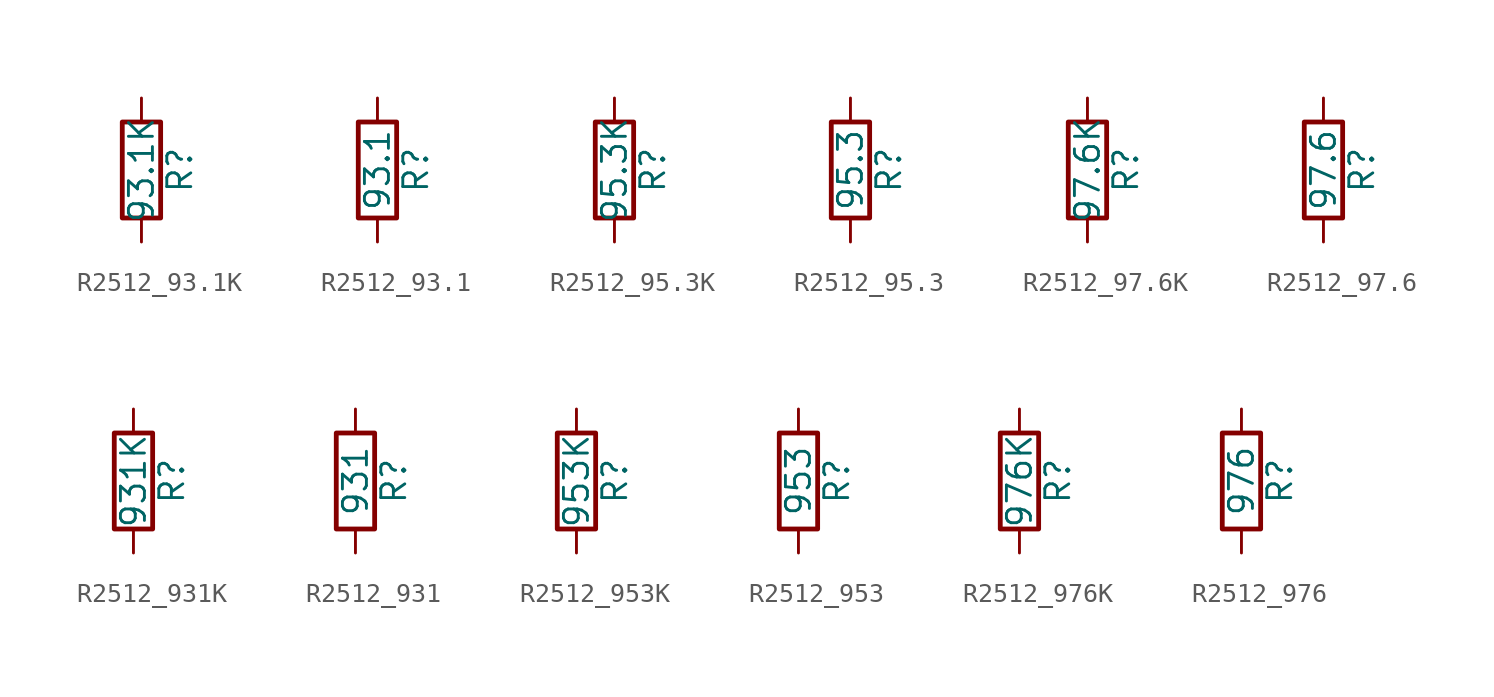
<source format=kicad_sym>
(kicad_symbol_lib
  (version 20211014)
  (generator atlantix-eda)
  (symbol "R2512_93.1K"
    (pin_numbers hide)
    (pin_names
      (offset 0))
    (property "Reference" "R"
      (at 2.032 0 90)
      (effects (font (size 1.27 1.27))))
    (property "Value" "93.1K"
      (at 0 0 90)
      (effects (font (size 1.27 1.27))))
    (symbol "R2512_93.1K_0_1"
      (rectangle (start -1.016 -2.54) (end 1.016 2.54) (stroke (width 0.254) (type default) (color 0 0 0 0)) (fill (type none))))
    (symbol "R2512_93.1K_1_1"
      (pin passive line (at 0 3.81 270) (length 1.27) (name "~" (effects (font (size 1.27 1.27)))) (number "1" (effects (font (size 1.27 1.27)))))
      (pin passive line (at 0 -3.81 90) (length 1.27) (name "~" (effects (font (size 1.27 1.27)))) (number "2" (effects (font (size 1.27 1.27)))))))
  (symbol "R2512_93.1"
    (pin_numbers hide)
    (pin_names
      (offset 0))
    (property "Reference" "R"
      (at 2.032 0 90)
      (effects (font (size 1.27 1.27))))
    (property "Value" "93.1"
      (at 0 0 90)
      (effects (font (size 1.27 1.27))))
    (symbol "R2512_93.1_0_1"
      (rectangle (start -1.016 -2.54) (end 1.016 2.54) (stroke (width 0.254) (type default) (color 0 0 0 0)) (fill (type none))))
    (symbol "R2512_93.1_1_1"
      (pin passive line (at 0 3.81 270) (length 1.27) (name "~" (effects (font (size 1.27 1.27)))) (number "1" (effects (font (size 1.27 1.27)))))
      (pin passive line (at 0 -3.81 90) (length 1.27) (name "~" (effects (font (size 1.27 1.27)))) (number "2" (effects (font (size 1.27 1.27)))))))
  (symbol "R2512_95.3K"
    (pin_numbers hide)
    (pin_names
      (offset 0))
    (property "Reference" "R"
      (at 2.032 0 90)
      (effects (font (size 1.27 1.27))))
    (property "Value" "95.3K"
      (at 0 0 90)
      (effects (font (size 1.27 1.27))))
    (symbol "R2512_95.3K_0_1"
      (rectangle (start -1.016 -2.54) (end 1.016 2.54) (stroke (width 0.254) (type default) (color 0 0 0 0)) (fill (type none))))
    (symbol "R2512_95.3K_1_1"
      (pin passive line (at 0 3.81 270) (length 1.27) (name "~" (effects (font (size 1.27 1.27)))) (number "1" (effects (font (size 1.27 1.27)))))
      (pin passive line (at 0 -3.81 90) (length 1.27) (name "~" (effects (font (size 1.27 1.27)))) (number "2" (effects (font (size 1.27 1.27)))))))
  (symbol "R2512_95.3"
    (pin_numbers hide)
    (pin_names
      (offset 0))
    (property "Reference" "R"
      (at 2.032 0 90)
      (effects (font (size 1.27 1.27))))
    (property "Value" "95.3"
      (at 0 0 90)
      (effects (font (size 1.27 1.27))))
    (symbol "R2512_95.3_0_1"
      (rectangle (start -1.016 -2.54) (end 1.016 2.54) (stroke (width 0.254) (type default) (color 0 0 0 0)) (fill (type none))))
    (symbol "R2512_95.3_1_1"
      (pin passive line (at 0 3.81 270) (length 1.27) (name "~" (effects (font (size 1.27 1.27)))) (number "1" (effects (font (size 1.27 1.27)))))
      (pin passive line (at 0 -3.81 90) (length 1.27) (name "~" (effects (font (size 1.27 1.27)))) (number "2" (effects (font (size 1.27 1.27)))))))
  (symbol "R2512_97.6K"
    (pin_numbers hide)
    (pin_names
      (offset 0))
    (property "Reference" "R"
      (at 2.032 0 90)
      (effects (font (size 1.27 1.27))))
    (property "Value" "97.6K"
      (at 0 0 90)
      (effects (font (size 1.27 1.27))))
    (symbol "R2512_97.6K_0_1"
      (rectangle (start -1.016 -2.54) (end 1.016 2.54) (stroke (width 0.254) (type default) (color 0 0 0 0)) (fill (type none))))
    (symbol "R2512_97.6K_1_1"
      (pin passive line (at 0 3.81 270) (length 1.27) (name "~" (effects (font (size 1.27 1.27)))) (number "1" (effects (font (size 1.27 1.27)))))
      (pin passive line (at 0 -3.81 90) (length 1.27) (name "~" (effects (font (size 1.27 1.27)))) (number "2" (effects (font (size 1.27 1.27)))))))
  (symbol "R2512_97.6"
    (pin_numbers hide)
    (pin_names
      (offset 0))
    (property "Reference" "R"
      (at 2.032 0 90)
      (effects (font (size 1.27 1.27))))
    (property "Value" "97.6"
      (at 0 0 90)
      (effects (font (size 1.27 1.27))))
    (symbol "R2512_97.6_0_1"
      (rectangle (start -1.016 -2.54) (end 1.016 2.54) (stroke (width 0.254) (type default) (color 0 0 0 0)) (fill (type none))))
    (symbol "R2512_97.6_1_1"
      (pin passive line (at 0 3.81 270) (length 1.27) (name "~" (effects (font (size 1.27 1.27)))) (number "1" (effects (font (size 1.27 1.27)))))
      (pin passive line (at 0 -3.81 90) (length 1.27) (name "~" (effects (font (size 1.27 1.27)))) (number "2" (effects (font (size 1.27 1.27)))))))
  (symbol "R2512_931K"
    (pin_numbers hide)
    (pin_names
      (offset 0))
    (property "Reference" "R"
      (at 2.032 0 90)
      (effects (font (size 1.27 1.27))))
    (property "Value" "931K"
      (at 0 0 90)
      (effects (font (size 1.27 1.27))))
    (symbol "R2512_931K_0_1"
      (rectangle (start -1.016 -2.54) (end 1.016 2.54) (stroke (width 0.254) (type default) (color 0 0 0 0)) (fill (type none))))
    (symbol "R2512_931K_1_1"
      (pin passive line (at 0 3.81 270) (length 1.27) (name "~" (effects (font (size 1.27 1.27)))) (number "1" (effects (font (size 1.27 1.27)))))
      (pin passive line (at 0 -3.81 90) (length 1.27) (name "~" (effects (font (size 1.27 1.27)))) (number "2" (effects (font (size 1.27 1.27)))))))
  (symbol "R2512_931"
    (pin_numbers hide)
    (pin_names
      (offset 0))
    (property "Reference" "R"
      (at 2.032 0 90)
      (effects (font (size 1.27 1.27))))
    (property "Value" "931"
      (at 0 0 90)
      (effects (font (size 1.27 1.27))))
    (symbol "R2512_931_0_1"
      (rectangle (start -1.016 -2.54) (end 1.016 2.54) (stroke (width 0.254) (type default) (color 0 0 0 0)) (fill (type none))))
    (symbol "R2512_931_1_1"
      (pin passive line (at 0 3.81 270) (length 1.27) (name "~" (effects (font (size 1.27 1.27)))) (number "1" (effects (font (size 1.27 1.27)))))
      (pin passive line (at 0 -3.81 90) (length 1.27) (name "~" (effects (font (size 1.27 1.27)))) (number "2" (effects (font (size 1.27 1.27)))))))
  (symbol "R2512_953K"
    (pin_numbers hide)
    (pin_names
      (offset 0))
    (property "Reference" "R"
      (at 2.032 0 90)
      (effects (font (size 1.27 1.27))))
    (property "Value" "953K"
      (at 0 0 90)
      (effects (font (size 1.27 1.27))))
    (symbol "R2512_953K_0_1"
      (rectangle (start -1.016 -2.54) (end 1.016 2.54) (stroke (width 0.254) (type default) (color 0 0 0 0)) (fill (type none))))
    (symbol "R2512_953K_1_1"
      (pin passive line (at 0 3.81 270) (length 1.27) (name "~" (effects (font (size 1.27 1.27)))) (number "1" (effects (font (size 1.27 1.27)))))
      (pin passive line (at 0 -3.81 90) (length 1.27) (name "~" (effects (font (size 1.27 1.27)))) (number "2" (effects (font (size 1.27 1.27)))))))
  (symbol "R2512_953"
    (pin_numbers hide)
    (pin_names
      (offset 0))
    (property "Reference" "R"
      (at 2.032 0 90)
      (effects (font (size 1.27 1.27))))
    (property "Value" "953"
      (at 0 0 90)
      (effects (font (size 1.27 1.27))))
    (symbol "R2512_953_0_1"
      (rectangle (start -1.016 -2.54) (end 1.016 2.54) (stroke (width 0.254) (type default) (color 0 0 0 0)) (fill (type none))))
    (symbol "R2512_953_1_1"
      (pin passive line (at 0 3.81 270) (length 1.27) (name "~" (effects (font (size 1.27 1.27)))) (number "1" (effects (font (size 1.27 1.27)))))
      (pin passive line (at 0 -3.81 90) (length 1.27) (name "~" (effects (font (size 1.27 1.27)))) (number "2" (effects (font (size 1.27 1.27)))))))
  (symbol "R2512_976K"
    (pin_numbers hide)
    (pin_names
      (offset 0))
    (property "Reference" "R"
      (at 2.032 0 90)
      (effects (font (size 1.27 1.27))))
    (property "Value" "976K"
      (at 0 0 90)
      (effects (font (size 1.27 1.27))))
    (symbol "R2512_976K_0_1"
      (rectangle (start -1.016 -2.54) (end 1.016 2.54) (stroke (width 0.254) (type default) (color 0 0 0 0)) (fill (type none))))
    (symbol "R2512_976K_1_1"
      (pin passive line (at 0 3.81 270) (length 1.27) (name "~" (effects (font (size 1.27 1.27)))) (number "1" (effects (font (size 1.27 1.27)))))
      (pin passive line (at 0 -3.81 90) (length 1.27) (name "~" (effects (font (size 1.27 1.27)))) (number "2" (effects (font (size 1.27 1.27)))))))
  (symbol "R2512_976"
    (pin_numbers hide)
    (pin_names
      (offset 0))
    (property "Reference" "R"
      (at 2.032 0 90)
      (effects (font (size 1.27 1.27))))
    (property "Value" "976"
      (at 0 0 90)
      (effects (font (size 1.27 1.27))))
    (symbol "R2512_976_0_1"
      (rectangle (start -1.016 -2.54) (end 1.016 2.54) (stroke (width 0.254) (type default) (color 0 0 0 0)) (fill (type none))))
    (symbol "R2512_976_1_1"
      (pin passive line (at 0 3.81 270) (length 1.27) (name "~" (effects (font (size 1.27 1.27)))) (number "1" (effects (font (size 1.27 1.27)))))
      (pin passive line (at 0 -3.81 90) (length 1.27) (name "~" (effects (font (size 1.27 1.27)))) (number "2" (effects (font (size 1.27 1.27))))))))
</source>
